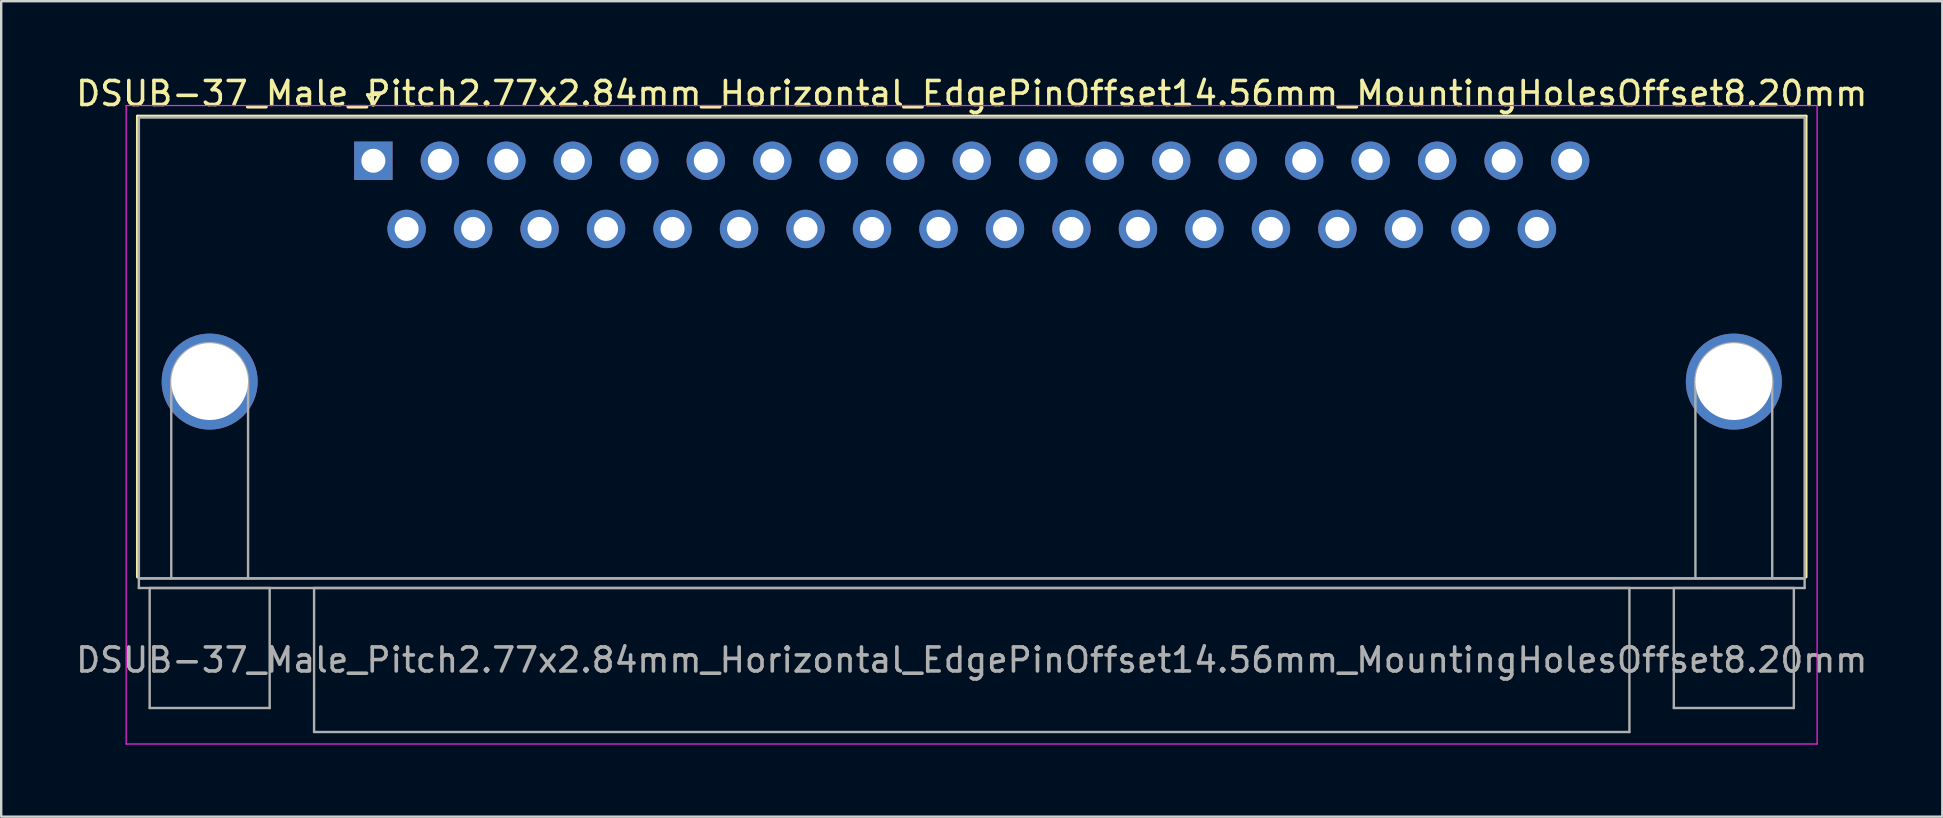
<source format=kicad_pcb>
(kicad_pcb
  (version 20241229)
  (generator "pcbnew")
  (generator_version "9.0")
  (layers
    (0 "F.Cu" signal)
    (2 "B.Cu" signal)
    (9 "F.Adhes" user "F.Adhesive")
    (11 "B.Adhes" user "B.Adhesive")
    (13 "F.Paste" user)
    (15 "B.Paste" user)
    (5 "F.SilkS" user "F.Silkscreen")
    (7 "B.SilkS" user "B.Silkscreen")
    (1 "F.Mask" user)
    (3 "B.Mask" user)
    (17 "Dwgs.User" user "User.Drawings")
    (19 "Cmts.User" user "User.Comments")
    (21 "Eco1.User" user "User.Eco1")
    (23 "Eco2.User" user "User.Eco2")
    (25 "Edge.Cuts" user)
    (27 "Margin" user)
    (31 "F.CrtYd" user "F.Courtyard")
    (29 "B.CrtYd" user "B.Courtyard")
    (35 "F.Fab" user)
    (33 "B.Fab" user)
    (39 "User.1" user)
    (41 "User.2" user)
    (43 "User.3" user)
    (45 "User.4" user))
  (footprint "DSUB-37_Male_Pitch2.77x2.84mm_Horizontal_EdgePinOffset14.56mm_MountingHolesOffset8.20mm"
    (layer "F.Cu")
    (at 12.505 3.648)
    (property "Reference" "DSUB-37_Male_Pitch2.77x2.84mm_Horizontal_EdgePinOffset14.56mm_MountingHolesOffset8.20mm" (at 24.93 -2.8 0) (layer "F.SilkS") (effects (font (size 1 1) (thickness 0.15))))
    (attr through_hole)
    (fp_line (start -9.83 -1.86) (end 59.69 -1.86) (stroke (width 0.12) (type solid)) (layer "F.SilkS"))
    (fp_line (start -9.83 17.34) (end -9.83 -1.86) (stroke (width 0.12) (type solid)) (layer "F.SilkS"))
    (fp_line (start -0.25 -2.754) (end 0.25 -2.754) (stroke (width 0.12) (type solid)) (layer "F.SilkS"))
    (fp_line (start 0 -2.321) (end -0.25 -2.754) (stroke (width 0.12) (type solid)) (layer "F.SilkS"))
    (fp_line (start 0.25 -2.754) (end 0 -2.321) (stroke (width 0.12) (type solid)) (layer "F.SilkS"))
    (fp_line (start 59.69 -1.86) (end 59.69 17.34) (stroke (width 0.12) (type solid)) (layer "F.SilkS"))
    (fp_line (start -10.3 -2.3) (end -10.3 24.3) (stroke (width 0.05) (type solid)) (layer "F.CrtYd"))
    (fp_line (start -10.3 24.3) (end 60.15 24.3) (stroke (width 0.05) (type solid)) (layer "F.CrtYd"))
    (fp_line (start 60.15 -2.3) (end -10.3 -2.3) (stroke (width 0.05) (type solid)) (layer "F.CrtYd"))
    (fp_line (start 60.15 24.3) (end 60.15 -2.3) (stroke (width 0.05) (type solid)) (layer "F.CrtYd"))
    (fp_line (start -9.77 -1.8) (end -9.77 17.4) (stroke (width 0.1) (type solid)) (layer "F.Fab"))
    (fp_line (start -9.77 17.4) (end -9.77 17.8) (stroke (width 0.1) (type solid)) (layer "F.Fab"))
    (fp_line (start -9.77 17.4) (end 59.63 17.4) (stroke (width 0.1) (type solid)) (layer "F.Fab"))
    (fp_line (start -9.77 17.8) (end 59.63 17.8) (stroke (width 0.1) (type solid)) (layer "F.Fab"))
    (fp_line (start -9.32 17.8) (end -9.32 22.8) (stroke (width 0.1) (type solid)) (layer "F.Fab"))
    (fp_line (start -9.32 22.8) (end -4.32 22.8) (stroke (width 0.1) (type solid)) (layer "F.Fab"))
    (fp_line (start -8.42 17.4) (end -8.42 9.2) (stroke (width 0.1) (type solid)) (layer "F.Fab"))
    (fp_line (start -5.22 17.4) (end -5.22 9.2) (stroke (width 0.1) (type solid)) (layer "F.Fab"))
    (fp_line (start -4.32 17.8) (end -9.32 17.8) (stroke (width 0.1) (type solid)) (layer "F.Fab"))
    (fp_line (start -4.32 22.8) (end -4.32 17.8) (stroke (width 0.1) (type solid)) (layer "F.Fab"))
    (fp_line (start -2.47 17.8) (end -2.47 23.8) (stroke (width 0.1) (type solid)) (layer "F.Fab"))
    (fp_line (start -2.47 23.8) (end 52.33 23.8) (stroke (width 0.1) (type solid)) (layer "F.Fab"))
    (fp_line (start 52.33 17.8) (end -2.47 17.8) (stroke (width 0.1) (type solid)) (layer "F.Fab"))
    (fp_line (start 52.33 23.8) (end 52.33 17.8) (stroke (width 0.1) (type solid)) (layer "F.Fab"))
    (fp_line (start 54.18 17.8) (end 54.18 22.8) (stroke (width 0.1) (type solid)) (layer "F.Fab"))
    (fp_line (start 54.18 22.8) (end 59.18 22.8) (stroke (width 0.1) (type solid)) (layer "F.Fab"))
    (fp_line (start 55.08 17.4) (end 55.08 9.2) (stroke (width 0.1) (type solid)) (layer "F.Fab"))
    (fp_line (start 58.28 17.4) (end 58.28 9.2) (stroke (width 0.1) (type solid)) (layer "F.Fab"))
    (fp_line (start 59.18 17.8) (end 54.18 17.8) (stroke (width 0.1) (type solid)) (layer "F.Fab"))
    (fp_line (start 59.18 22.8) (end 59.18 17.8) (stroke (width 0.1) (type solid)) (layer "F.Fab"))
    (fp_line (start 59.63 -1.8) (end -9.77 -1.8) (stroke (width 0.1) (type solid)) (layer "F.Fab"))
    (fp_line (start 59.63 17.4) (end -9.77 17.4) (stroke (width 0.1) (type solid)) (layer "F.Fab"))
    (fp_line (start 59.63 17.4) (end 59.63 -1.8) (stroke (width 0.1) (type solid)) (layer "F.Fab"))
    (fp_line (start 59.63 17.8) (end 59.63 17.4) (stroke (width 0.1) (type solid)) (layer "F.Fab"))
    (fp_arc (start -8.42 9.2) (mid -6.82 7.6) (end -5.22 9.2) (stroke (width 0.1) (type solid)) (layer "F.Fab"))
    (fp_arc (start 55.08 9.2) (mid 56.68 7.6) (end 58.28 9.2) (stroke (width 0.1) (type solid)) (layer "F.Fab"))
    (fp_text user "${REFERENCE}" (at 24.93 20.8 0) (layer "F.Fab") (effects (font (size 1 1) (thickness 0.15))))
    (pad "0" thru_hole circle (at -6.82 9.2) (size 4 4) (drill 3.2) (layers "*.Cu" "*.Mask"))
    (pad "0" thru_hole circle (at 56.68 9.2) (size 4 4) (drill 3.2) (layers "*.Cu" "*.Mask"))
    (pad "1" thru_hole rect (at 0 0) (size 1.6 1.6) (drill 1) (layers "*.Cu" "*.Mask"))
    (pad "2" thru_hole circle (at 2.77 0) (size 1.6 1.6) (drill 1) (layers "*.Cu" "*.Mask"))
    (pad "3" thru_hole circle (at 5.54 0) (size 1.6 1.6) (drill 1) (layers "*.Cu" "*.Mask"))
    (pad "4" thru_hole circle (at 8.31 0) (size 1.6 1.6) (drill 1) (layers "*.Cu" "*.Mask"))
    (pad "5" thru_hole circle (at 11.08 0) (size 1.6 1.6) (drill 1) (layers "*.Cu" "*.Mask"))
    (pad "6" thru_hole circle (at 13.85 0) (size 1.6 1.6) (drill 1) (layers "*.Cu" "*.Mask"))
    (pad "7" thru_hole circle (at 16.62 0) (size 1.6 1.6) (drill 1) (layers "*.Cu" "*.Mask"))
    (pad "8" thru_hole circle (at 19.39 0) (size 1.6 1.6) (drill 1) (layers "*.Cu" "*.Mask"))
    (pad "9" thru_hole circle (at 22.16 0) (size 1.6 1.6) (drill 1) (layers "*.Cu" "*.Mask"))
    (pad "10" thru_hole circle (at 24.93 0) (size 1.6 1.6) (drill 1) (layers "*.Cu" "*.Mask"))
    (pad "11" thru_hole circle (at 27.7 0) (size 1.6 1.6) (drill 1) (layers "*.Cu" "*.Mask"))
    (pad "12" thru_hole circle (at 30.47 0) (size 1.6 1.6) (drill 1) (layers "*.Cu" "*.Mask"))
    (pad "13" thru_hole circle (at 33.24 0) (size 1.6 1.6) (drill 1) (layers "*.Cu" "*.Mask"))
    (pad "14" thru_hole circle (at 36.01 0) (size 1.6 1.6) (drill 1) (layers "*.Cu" "*.Mask"))
    (pad "15" thru_hole circle (at 38.78 0) (size 1.6 1.6) (drill 1) (layers "*.Cu" "*.Mask"))
    (pad "16" thru_hole circle (at 41.55 0) (size 1.6 1.6) (drill 1) (layers "*.Cu" "*.Mask"))
    (pad "17" thru_hole circle (at 44.32 0) (size 1.6 1.6) (drill 1) (layers "*.Cu" "*.Mask"))
    (pad "18" thru_hole circle (at 47.09 0) (size 1.6 1.6) (drill 1) (layers "*.Cu" "*.Mask"))
    (pad "19" thru_hole circle (at 49.86 0) (size 1.6 1.6) (drill 1) (layers "*.Cu" "*.Mask"))
    (pad "20" thru_hole circle (at 1.385 2.84) (size 1.6 1.6) (drill 1) (layers "*.Cu" "*.Mask"))
    (pad "21" thru_hole circle (at 4.155 2.84) (size 1.6 1.6) (drill 1) (layers "*.Cu" "*.Mask"))
    (pad "22" thru_hole circle (at 6.925 2.84) (size 1.6 1.6) (drill 1) (layers "*.Cu" "*.Mask"))
    (pad "23" thru_hole circle (at 9.695 2.84) (size 1.6 1.6) (drill 1) (layers "*.Cu" "*.Mask"))
    (pad "24" thru_hole circle (at 12.465 2.84) (size 1.6 1.6) (drill 1) (layers "*.Cu" "*.Mask"))
    (pad "25" thru_hole circle (at 15.235 2.84) (size 1.6 1.6) (drill 1) (layers "*.Cu" "*.Mask"))
    (pad "26" thru_hole circle (at 18.005 2.84) (size 1.6 1.6) (drill 1) (layers "*.Cu" "*.Mask"))
    (pad "27" thru_hole circle (at 20.775 2.84) (size 1.6 1.6) (drill 1) (layers "*.Cu" "*.Mask"))
    (pad "28" thru_hole circle (at 23.545 2.84) (size 1.6 1.6) (drill 1) (layers "*.Cu" "*.Mask"))
    (pad "29" thru_hole circle (at 26.315 2.84) (size 1.6 1.6) (drill 1) (layers "*.Cu" "*.Mask"))
    (pad "30" thru_hole circle (at 29.085 2.84) (size 1.6 1.6) (drill 1) (layers "*.Cu" "*.Mask"))
    (pad "31" thru_hole circle (at 31.855 2.84) (size 1.6 1.6) (drill 1) (layers "*.Cu" "*.Mask"))
    (pad "32" thru_hole circle (at 34.625 2.84) (size 1.6 1.6) (drill 1) (layers "*.Cu" "*.Mask"))
    (pad "33" thru_hole circle (at 37.395 2.84) (size 1.6 1.6) (drill 1) (layers "*.Cu" "*.Mask"))
    (pad "34" thru_hole circle (at 40.165 2.84) (size 1.6 1.6) (drill 1) (layers "*.Cu" "*.Mask"))
    (pad "35" thru_hole circle (at 42.935 2.84) (size 1.6 1.6) (drill 1) (layers "*.Cu" "*.Mask"))
    (pad "36" thru_hole circle (at 45.705 2.84) (size 1.6 1.6) (drill 1) (layers "*.Cu" "*.Mask"))
    (pad "37" thru_hole circle (at 48.475 2.84) (size 1.6 1.6) (drill 1) (layers "*.Cu" "*.Mask")))
  (gr_rect
    (start -3 -3)
    (end 77.869 30.973)
    (stroke (width 0.1) (type default))
    (fill no)
    (layer "Edge.Cuts")))
</source>
